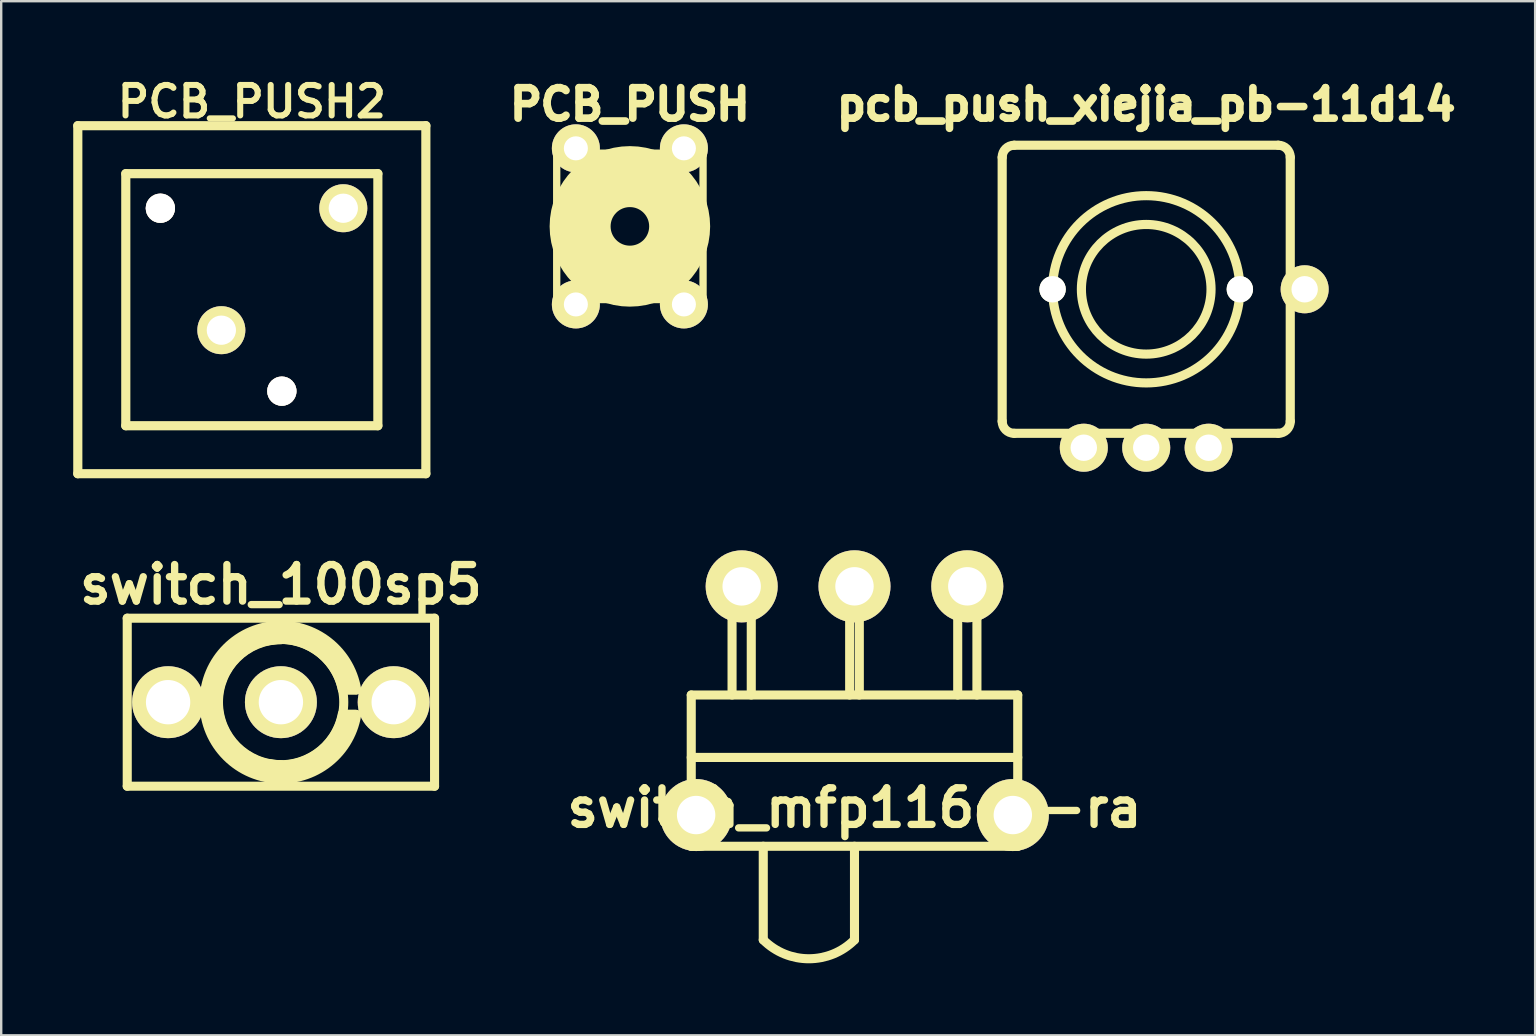
<source format=kicad_pcb>
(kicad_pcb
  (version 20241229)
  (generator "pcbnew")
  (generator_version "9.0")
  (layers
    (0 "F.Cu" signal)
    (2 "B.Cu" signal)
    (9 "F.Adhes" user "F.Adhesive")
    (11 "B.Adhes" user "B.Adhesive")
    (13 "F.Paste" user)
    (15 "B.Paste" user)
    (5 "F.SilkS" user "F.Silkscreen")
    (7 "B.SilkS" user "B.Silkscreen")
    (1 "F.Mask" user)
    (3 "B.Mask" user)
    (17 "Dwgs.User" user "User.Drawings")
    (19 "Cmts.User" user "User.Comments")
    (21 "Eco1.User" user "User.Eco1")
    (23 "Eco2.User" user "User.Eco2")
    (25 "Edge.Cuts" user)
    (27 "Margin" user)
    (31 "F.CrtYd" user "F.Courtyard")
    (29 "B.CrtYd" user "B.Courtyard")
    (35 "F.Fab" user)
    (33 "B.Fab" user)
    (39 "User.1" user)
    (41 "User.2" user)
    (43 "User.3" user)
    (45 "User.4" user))
  (footprint "switch_100sp5"
    (layer "F.Cu")
    (at 8.651 26.2)
    (property "Reference" "switch_100sp5" (at 0 -4.9 0) (layer "F.SilkS") (effects (font (size 1.524 1.524) (thickness 0.305))))
    (attr through_hole)
    (fp_line (start -6.401 -3.498) (end 6.401 -3.498) (stroke (width 0.378) (type solid)) (layer "F.SilkS"))
    (fp_line (start -6.401 3.5) (end -6.401 -3.5) (stroke (width 0.378) (type solid)) (layer "F.SilkS"))
    (fp_line (start 2.601 -0.5) (end 3.099 -0.5) (stroke (width 0.378) (type solid)) (layer "F.SilkS"))
    (fp_line (start 2.601 0.5) (end 3.099 0.5) (stroke (width 0.378) (type solid)) (layer "F.SilkS"))
    (fp_line (start 6.401 -3.5) (end 6.401 3.5) (stroke (width 0.378) (type solid)) (layer "F.SilkS"))
    (fp_line (start 6.401 3.5) (end -6.401 3.5) (stroke (width 0.378) (type solid)) (layer "F.SilkS"))
    (fp_arc (start -3.2004 0) (mid -2.263025 -2.263025) (end 0 -3.2004) (stroke (width 0.37846) (type solid)) (layer "F.SilkS"))
    (fp_arc (start -2.90068 0) (mid -2.05109 -2.05109) (end 0 -2.90068) (stroke (width 0.37846) (type solid)) (layer "F.SilkS"))
    (fp_arc (start -2.60096 0) (mid -1.839156 -1.839156) (end 0 -2.60096) (stroke (width 0.37846) (type solid)) (layer "F.SilkS"))
    (fp_arc (start -0.70104 -2.82956) (mid 1.505091 -2.496511) (end 2.82956 -0.70104) (stroke (width 0.37846) (type solid)) (layer "F.SilkS"))
    (fp_arc (start -0.5207 -2.56032) (mid 1.442229 -2.17861) (end 2.56032 -0.5207) (stroke (width 0.37846) (type solid)) (layer "F.SilkS"))
    (fp_arc (start -0.51054 -3.15976) (mid 1.873281 -2.595294) (end 3.15976 -0.51054) (stroke (width 0.37846) (type solid)) (layer "F.SilkS"))
    (fp_arc (start 0 2.60096) (mid -1.839156 1.839156) (end -2.60096 0) (stroke (width 0.37846) (type solid)) (layer "F.SilkS"))
    (fp_arc (start 0 2.90068) (mid -2.05109 2.05109) (end -2.90068 0) (stroke (width 0.37846) (type solid)) (layer "F.SilkS"))
    (fp_arc (start 0 3.2004) (mid -2.263025 2.263025) (end -3.2004 0) (stroke (width 0.37846) (type solid)) (layer "F.SilkS"))
    (fp_arc (start 2.56032 0.48006) (mid 1.470966 2.149873) (end -0.48006 2.56032) (stroke (width 0.37846) (type solid)) (layer "F.SilkS"))
    (fp_arc (start 2.83972 0.70104) (mid 1.512275 2.503695) (end -0.70104 2.83972) (stroke (width 0.37846) (type solid)) (layer "F.SilkS"))
    (fp_arc (start 3.15976 0.51054) (mid 1.873281 2.595294) (end -0.51054 3.15976) (stroke (width 0.37846) (type solid)) (layer "F.SilkS"))
    (fp_circle (center 0 0) (end -2.601 0.3) (stroke (width 0.378) (type solid)) (fill no) (layer "F.SilkS"))
    (pad "1" thru_hole circle (at -4.699 0) (size 2.997 2.997) (drill 1.847) (layers "*.Cu" "*.Mask" "F.SilkS"))
    (pad "2" thru_hole circle (at 0 0) (size 2.997 2.997) (drill 1.847) (layers "*.Cu" "*.Mask" "F.SilkS"))
    (pad "3" thru_hole circle (at 4.699 0) (size 2.997 2.997) (drill 1.847) (layers "*.Cu" "*.Mask" "F.SilkS")))
  (footprint "PCB_PUSH2"
    (layer "F.Cu")
    (at 7.44 9.434)
    (property "Reference" "PCB_PUSH2" (at 0 -8.25 0) (layer "F.SilkS") (effects (font (size 1.27 1.27) (thickness 0.251))))
    (attr through_hole)
    (fp_line (start -7.249 7.249) (end -7.249 -7.249) (stroke (width 0.381) (type solid)) (layer "F.SilkS"))
    (fp_line (start -7.249 7.249) (end 7.249 7.249) (stroke (width 0.381) (type solid)) (layer "F.SilkS"))
    (fp_line (start -5.25 -5.25) (end 5.25 -5.25) (stroke (width 0.381) (type solid)) (layer "F.SilkS"))
    (fp_line (start -5.25 5.25) (end -5.25 -5.25) (stroke (width 0.381) (type solid)) (layer "F.SilkS"))
    (fp_line (start 5.25 -5.25) (end 5.25 5.25) (stroke (width 0.381) (type solid)) (layer "F.SilkS"))
    (fp_line (start 5.25 5.25) (end -5.25 5.25) (stroke (width 0.381) (type solid)) (layer "F.SilkS"))
    (fp_line (start 7.249 -7.249) (end -7.249 -7.249) (stroke (width 0.381) (type solid)) (layer "F.SilkS"))
    (fp_line (start 7.249 7.249) (end 7.249 -7.249) (stroke (width 0.381) (type solid)) (layer "F.SilkS"))
    (pad "" thru_hole circle (at -3.81 -3.81) (size 1.219 1.219) (drill 1.219) (layers "*.Cu" "*.Mask" "F.SilkS"))
    (pad "" thru_hole circle (at 1.25 3.81) (size 1.219 1.219) (drill 1.219) (layers "*.Cu" "*.Mask" "F.SilkS"))
    (pad "1" thru_hole circle (at 3.81 -3.81) (size 1.999 1.999) (drill 1.219) (layers "*.Cu" "*.Mask" "F.SilkS"))
    (pad "2" thru_hole circle (at -1.27 1.27) (size 1.999 1.999) (drill 1.219) (layers "*.Cu" "*.Mask" "F.SilkS")))
  (footprint "switch_mfp116dg-ra"
    (layer "F.Cu")
    (at 32.544 30.901)
    (property "Reference" "switch_mfp116dg-ra" (at 0 -0.3 0) (layer "F.SilkS") (effects (font (size 1.524 1.524) (thickness 0.305))))
    (attr through_hole)
    (fp_line (start -6.8 -5.001) (end -6.8 1.3) (stroke (width 0.378) (type solid)) (layer "F.SilkS"))
    (fp_line (start -6.8 -2.4) (end 6.8 -2.4) (stroke (width 0.378) (type solid)) (layer "F.SilkS"))
    (fp_line (start -6.8 1.3) (end 6.8 1.3) (stroke (width 0.378) (type solid)) (layer "F.SilkS"))
    (fp_line (start -5.1 -9.5) (end -5.1 -5.001) (stroke (width 0.378) (type solid)) (layer "F.SilkS"))
    (fp_line (start -5.1 -9.5) (end -4.3 -9.5) (stroke (width 0.378) (type solid)) (layer "F.SilkS"))
    (fp_line (start -4.3 -9.5) (end -4.3 -5.001) (stroke (width 0.378) (type solid)) (layer "F.SilkS"))
    (fp_line (start -3.8 5.199) (end -3.8 1.3) (stroke (width 0.378) (type solid)) (layer "F.SilkS"))
    (fp_line (start -0.201 -9.5) (end 0.201 -9.5) (stroke (width 0.378) (type solid)) (layer "F.SilkS"))
    (fp_line (start -0.201 -5.001) (end -0.201 -9.5) (stroke (width 0.378) (type solid)) (layer "F.SilkS"))
    (fp_line (start 0 5.199) (end 0 1.3) (stroke (width 0.378) (type solid)) (layer "F.SilkS"))
    (fp_line (start 0.201 -9.5) (end 0.201 -5.001) (stroke (width 0.378) (type solid)) (layer "F.SilkS"))
    (fp_line (start 4.3 -9.5) (end 4.3 -5.001) (stroke (width 0.378) (type solid)) (layer "F.SilkS"))
    (fp_line (start 5.1 -9.5) (end 4.3 -9.5) (stroke (width 0.378) (type solid)) (layer "F.SilkS"))
    (fp_line (start 5.1 -5.001) (end 5.1 -9.5) (stroke (width 0.378) (type solid)) (layer "F.SilkS"))
    (fp_line (start 6.8 -5.001) (end -6.8 -5.001) (stroke (width 0.378) (type solid)) (layer "F.SilkS"))
    (fp_line (start 6.8 1.3) (end 6.8 -5.001) (stroke (width 0.378) (type solid)) (layer "F.SilkS"))
    (fp_arc (start 0 5.19938) (mid -1.89992 5.986353) (end -3.79984 5.19938) (stroke (width 0.37846) (type solid)) (layer "F.SilkS"))
    (pad "" thru_hole circle (at -6.596 0) (size 3 3) (drill 1.6) (layers "*.Cu" "*.Mask" "F.SilkS"))
    (pad "" thru_hole circle (at 6.596 0) (size 3 3) (drill 1.6) (layers "*.Cu" "*.Mask" "F.SilkS"))
    (pad "1" thru_hole circle (at -4.699 -9.525) (size 3 3) (drill 1.6) (layers "*.Cu" "*.Mask" "F.SilkS"))
    (pad "2" thru_hole circle (at 0 -9.528) (size 3 3) (drill 1.6) (layers "*.Cu" "*.Mask" "F.SilkS"))
    (pad "3" thru_hole circle (at 4.699 -9.528) (size 3 3) (drill 1.6) (layers "*.Cu" "*.Mask" "F.SilkS")))
  (footprint "pcb_push_xiejia_pb-11d14"
    (layer "F.Cu")
    (at 44.696 9)
    (property "Reference" "pcb_push_xiejia_pb-11d14" (at 0 -7.7 0) (layer "F.SilkS") (effects (font (size 1.27 1.27) (thickness 0.318))))
    (attr through_hole)
    (fp_line (start -6 5.5) (end -6 -5.5) (stroke (width 0.381) (type solid)) (layer "F.SilkS"))
    (fp_line (start -5.5 -6) (end 5.5 -6) (stroke (width 0.381) (type solid)) (layer "F.SilkS"))
    (fp_line (start 5.5 6) (end -5.5 6) (stroke (width 0.381) (type solid)) (layer "F.SilkS"))
    (fp_line (start 6 -5.5) (end 6 5.5) (stroke (width 0.381) (type solid)) (layer "F.SilkS"))
    (fp_arc (start -6 -5.5) (mid -5.853553 -5.853553) (end -5.5 -6) (stroke (width 0.381) (type solid)) (layer "F.SilkS"))
    (fp_arc (start -5.5 6) (mid -5.853553 5.853553) (end -6 5.5) (stroke (width 0.381) (type solid)) (layer "F.SilkS"))
    (fp_arc (start 5.5 -6) (mid 5.853553 -5.853553) (end 6 -5.5) (stroke (width 0.381) (type solid)) (layer "F.SilkS"))
    (fp_arc (start 6 5.5) (mid 5.853553 5.853553) (end 5.5 6) (stroke (width 0.381) (type solid)) (layer "F.SilkS"))
    (fp_circle (center 0 0) (end 2.7 0) (stroke (width 0.381) (type solid)) (fill no) (layer "F.SilkS"))
    (fp_circle (center 0 0) (end 3.9 0) (stroke (width 0.381) (type solid)) (fill no) (layer "F.SilkS"))
    (pad "" np_thru_hole circle (at -3.9 0) (size 1.1 1.1) (drill 1.1) (layers "*.Cu" "*.Mask" "F.SilkS"))
    (pad "" np_thru_hole circle (at 3.9 0) (size 1.1 1.1) (drill 1.1) (layers "*.Cu" "*.Mask" "F.SilkS"))
    (pad "1" thru_hole circle (at 0 6.6) (size 2 2) (drill 1.1) (layers "*.Cu" "*.Mask" "F.SilkS"))
    (pad "2" thru_hole circle (at 2.6 6.6) (size 2 2) (drill 1.1) (layers "*.Cu" "*.Mask" "F.SilkS"))
    (pad "3" thru_hole circle (at -2.6 6.6) (size 2 2) (drill 1.1) (layers "*.Cu" "*.Mask" "F.SilkS"))
    (pad "4" thru_hole circle (at 6.6 0) (size 2 2) (drill 1.1) (layers "*.Cu" "*.Mask" "F.SilkS")))
  (footprint "PCB_PUSH"
    (layer "F.Cu")
    (at 23.188 6.38)
    (property "Reference" "PCB_PUSH" (at 0 -5.08 0) (layer "F.SilkS") (effects (font (size 1.27 1.27) (thickness 0.318))))
    (attr through_hole)
    (fp_line (start -3.048 -3.048) (end 3.048 -3.048) (stroke (width 0.305) (type solid)) (layer "F.SilkS"))
    (fp_line (start -3.048 3.048) (end -3.048 -3.048) (stroke (width 0.305) (type solid)) (layer "F.SilkS"))
    (fp_line (start 3.048 -3.048) (end 3.048 3.048) (stroke (width 0.305) (type solid)) (layer "F.SilkS"))
    (fp_line (start 3.048 3.048) (end -3.048 3.048) (stroke (width 0.305) (type solid)) (layer "F.SilkS"))
    (fp_circle (center 0 0) (end -0.762 0.254) (stroke (width 2.54) (type solid)) (fill no) (layer "F.SilkS"))
    (pad "1" thru_hole circle (at -2.25 -3.251) (size 1.999 1.999) (drill 1.001) (layers "*.Cu" "*.Mask" "F.SilkS"))
    (pad "2" thru_hole circle (at 2.25 3.251) (size 1.999 1.999) (drill 1.001) (layers "*.Cu" "*.Mask" "F.SilkS"))
    (pad "3" thru_hole circle (at -2.25 3.251) (size 1.999 1.999) (drill 1.001) (layers "*.Cu" "*.Mask" "F.SilkS"))
    (pad "4" thru_hole circle (at 2.25 -3.251) (size 1.999 1.999) (drill 1.001) (layers "*.Cu" "*.Mask" "F.SilkS")))
  (gr_rect
    (start -3 -3)
    (end 60.897 40.077)
    (stroke (width 0.1) (type default))
    (fill no)
    (layer "Edge.Cuts")))
</source>
